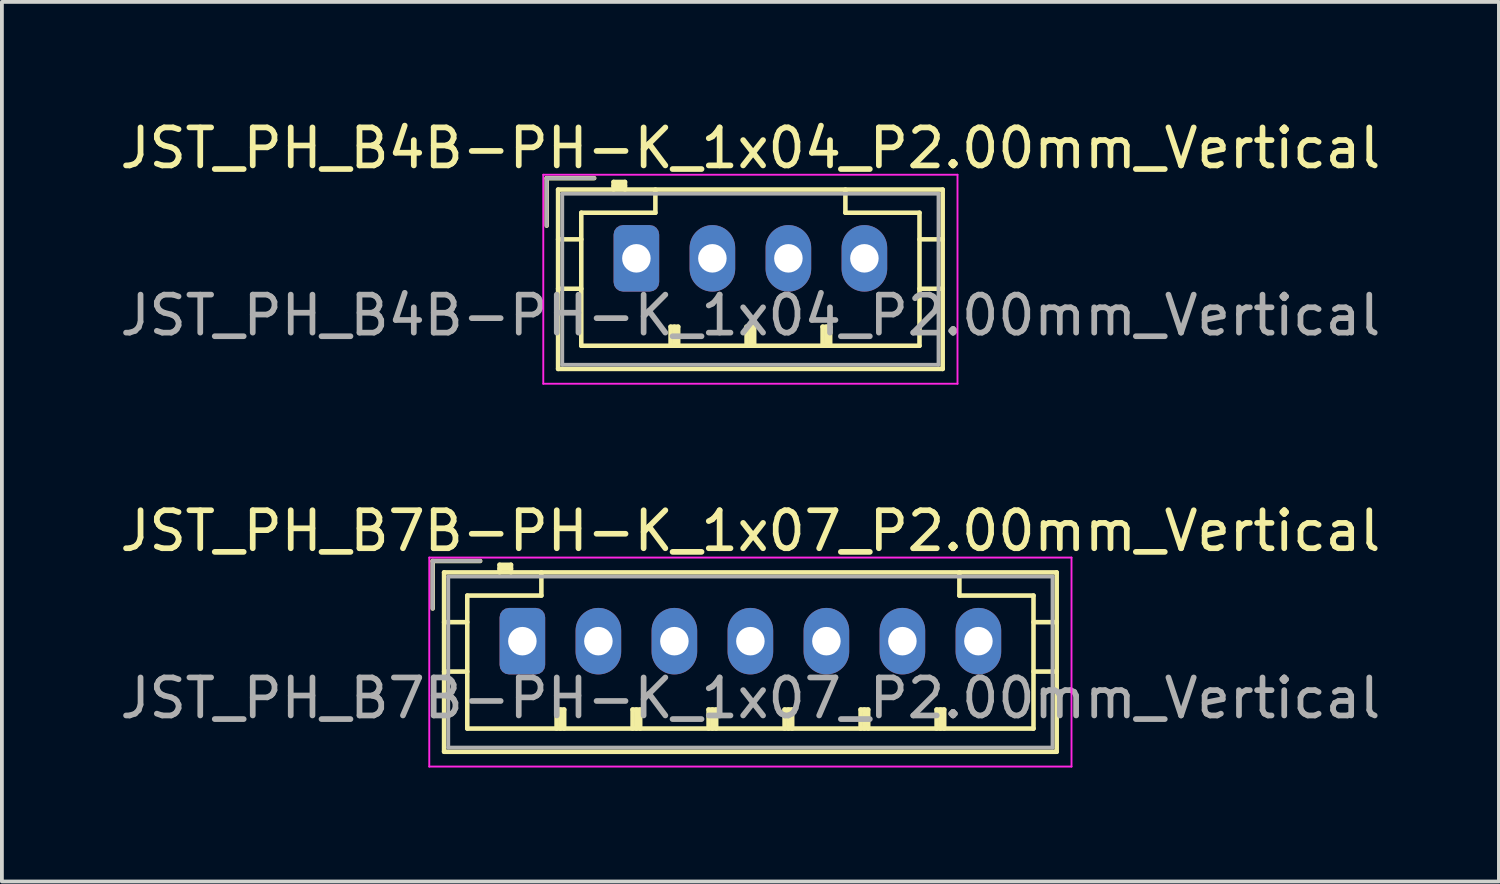
<source format=kicad_pcb>
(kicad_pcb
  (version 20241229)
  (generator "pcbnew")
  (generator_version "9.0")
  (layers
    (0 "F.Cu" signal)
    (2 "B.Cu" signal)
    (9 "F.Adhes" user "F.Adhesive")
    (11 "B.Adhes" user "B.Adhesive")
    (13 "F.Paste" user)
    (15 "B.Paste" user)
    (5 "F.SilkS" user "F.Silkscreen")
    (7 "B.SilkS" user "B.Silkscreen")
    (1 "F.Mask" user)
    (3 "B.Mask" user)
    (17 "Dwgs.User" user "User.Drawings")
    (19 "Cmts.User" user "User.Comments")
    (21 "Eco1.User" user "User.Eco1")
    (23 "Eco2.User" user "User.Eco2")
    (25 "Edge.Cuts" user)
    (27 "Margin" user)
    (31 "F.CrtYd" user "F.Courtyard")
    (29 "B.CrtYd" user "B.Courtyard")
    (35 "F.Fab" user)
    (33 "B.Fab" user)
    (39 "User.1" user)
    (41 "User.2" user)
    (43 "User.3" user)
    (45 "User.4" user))
  (footprint "JST_PH_B7B-PH-K_1x07_P2.00mm_Vertical"
    (layer "F.Cu")
    (at 10.696 13.822)
    (property "Reference" "JST_PH_B7B-PH-K_1x07_P2.00mm_Vertical" (at 6 -2.9 0) (layer "F.SilkS") (effects (font (size 1 1) (thickness 0.15))))
    (attr through_hole)
    (fp_line (start -2.36 -2.11) (end -2.36 -0.86) (stroke (width 0.12) (type solid)) (layer "F.SilkS"))
    (fp_line (start -2.06 -1.81) (end -2.06 2.91) (stroke (width 0.12) (type solid)) (layer "F.SilkS"))
    (fp_line (start -2.06 -0.5) (end -1.45 -0.5) (stroke (width 0.12) (type solid)) (layer "F.SilkS"))
    (fp_line (start -2.06 0.8) (end -1.45 0.8) (stroke (width 0.12) (type solid)) (layer "F.SilkS"))
    (fp_line (start -2.06 2.91) (end 14.06 2.91) (stroke (width 0.12) (type solid)) (layer "F.SilkS"))
    (fp_line (start -1.45 -1.2) (end -1.45 2.3) (stroke (width 0.12) (type solid)) (layer "F.SilkS"))
    (fp_line (start -1.45 2.3) (end 13.45 2.3) (stroke (width 0.12) (type solid)) (layer "F.SilkS"))
    (fp_line (start -1.11 -2.11) (end -2.36 -2.11) (stroke (width 0.12) (type solid)) (layer "F.SilkS"))
    (fp_line (start -0.6 -2.01) (end -0.6 -1.81) (stroke (width 0.12) (type solid)) (layer "F.SilkS"))
    (fp_line (start -0.3 -2.01) (end -0.6 -2.01) (stroke (width 0.12) (type solid)) (layer "F.SilkS"))
    (fp_line (start -0.3 -1.91) (end -0.6 -1.91) (stroke (width 0.12) (type solid)) (layer "F.SilkS"))
    (fp_line (start -0.3 -1.81) (end -0.3 -2.01) (stroke (width 0.12) (type solid)) (layer "F.SilkS"))
    (fp_line (start 0.5 -1.81) (end 0.5 -1.2) (stroke (width 0.12) (type solid)) (layer "F.SilkS"))
    (fp_line (start 0.5 -1.2) (end -1.45 -1.2) (stroke (width 0.12) (type solid)) (layer "F.SilkS"))
    (fp_line (start 0.9 1.8) (end 1.1 1.8) (stroke (width 0.12) (type solid)) (layer "F.SilkS"))
    (fp_line (start 0.9 2.3) (end 0.9 1.8) (stroke (width 0.12) (type solid)) (layer "F.SilkS"))
    (fp_line (start 1 2.3) (end 1 1.8) (stroke (width 0.12) (type solid)) (layer "F.SilkS"))
    (fp_line (start 1.1 1.8) (end 1.1 2.3) (stroke (width 0.12) (type solid)) (layer "F.SilkS"))
    (fp_line (start 2.9 1.8) (end 3.1 1.8) (stroke (width 0.12) (type solid)) (layer "F.SilkS"))
    (fp_line (start 2.9 2.3) (end 2.9 1.8) (stroke (width 0.12) (type solid)) (layer "F.SilkS"))
    (fp_line (start 3 2.3) (end 3 1.8) (stroke (width 0.12) (type solid)) (layer "F.SilkS"))
    (fp_line (start 3.1 1.8) (end 3.1 2.3) (stroke (width 0.12) (type solid)) (layer "F.SilkS"))
    (fp_line (start 4.9 1.8) (end 5.1 1.8) (stroke (width 0.12) (type solid)) (layer "F.SilkS"))
    (fp_line (start 4.9 2.3) (end 4.9 1.8) (stroke (width 0.12) (type solid)) (layer "F.SilkS"))
    (fp_line (start 5 2.3) (end 5 1.8) (stroke (width 0.12) (type solid)) (layer "F.SilkS"))
    (fp_line (start 5.1 1.8) (end 5.1 2.3) (stroke (width 0.12) (type solid)) (layer "F.SilkS"))
    (fp_line (start 6.9 1.8) (end 7.1 1.8) (stroke (width 0.12) (type solid)) (layer "F.SilkS"))
    (fp_line (start 6.9 2.3) (end 6.9 1.8) (stroke (width 0.12) (type solid)) (layer "F.SilkS"))
    (fp_line (start 7 2.3) (end 7 1.8) (stroke (width 0.12) (type solid)) (layer "F.SilkS"))
    (fp_line (start 7.1 1.8) (end 7.1 2.3) (stroke (width 0.12) (type solid)) (layer "F.SilkS"))
    (fp_line (start 8.9 1.8) (end 9.1 1.8) (stroke (width 0.12) (type solid)) (layer "F.SilkS"))
    (fp_line (start 8.9 2.3) (end 8.9 1.8) (stroke (width 0.12) (type solid)) (layer "F.SilkS"))
    (fp_line (start 9 2.3) (end 9 1.8) (stroke (width 0.12) (type solid)) (layer "F.SilkS"))
    (fp_line (start 9.1 1.8) (end 9.1 2.3) (stroke (width 0.12) (type solid)) (layer "F.SilkS"))
    (fp_line (start 10.9 1.8) (end 11.1 1.8) (stroke (width 0.12) (type solid)) (layer "F.SilkS"))
    (fp_line (start 10.9 2.3) (end 10.9 1.8) (stroke (width 0.12) (type solid)) (layer "F.SilkS"))
    (fp_line (start 11 2.3) (end 11 1.8) (stroke (width 0.12) (type solid)) (layer "F.SilkS"))
    (fp_line (start 11.1 1.8) (end 11.1 2.3) (stroke (width 0.12) (type solid)) (layer "F.SilkS"))
    (fp_line (start 11.5 -1.2) (end 11.5 -1.81) (stroke (width 0.12) (type solid)) (layer "F.SilkS"))
    (fp_line (start 13.45 -1.2) (end 11.5 -1.2) (stroke (width 0.12) (type solid)) (layer "F.SilkS"))
    (fp_line (start 13.45 2.3) (end 13.45 -1.2) (stroke (width 0.12) (type solid)) (layer "F.SilkS"))
    (fp_line (start 14.06 -1.81) (end -2.06 -1.81) (stroke (width 0.12) (type solid)) (layer "F.SilkS"))
    (fp_line (start 14.06 -0.5) (end 13.45 -0.5) (stroke (width 0.12) (type solid)) (layer "F.SilkS"))
    (fp_line (start 14.06 0.8) (end 13.45 0.8) (stroke (width 0.12) (type solid)) (layer "F.SilkS"))
    (fp_line (start 14.06 2.91) (end 14.06 -1.81) (stroke (width 0.12) (type solid)) (layer "F.SilkS"))
    (fp_line (start -2.45 -2.2) (end -2.45 3.3) (stroke (width 0.05) (type solid)) (layer "F.CrtYd"))
    (fp_line (start -2.45 3.3) (end 14.45 3.3) (stroke (width 0.05) (type solid)) (layer "F.CrtYd"))
    (fp_line (start 14.45 -2.2) (end -2.45 -2.2) (stroke (width 0.05) (type solid)) (layer "F.CrtYd"))
    (fp_line (start 14.45 3.3) (end 14.45 -2.2) (stroke (width 0.05) (type solid)) (layer "F.CrtYd"))
    (fp_line (start -2.36 -2.11) (end -2.36 -0.86) (stroke (width 0.1) (type solid)) (layer "F.Fab"))
    (fp_line (start -1.95 -1.7) (end -1.95 2.8) (stroke (width 0.1) (type solid)) (layer "F.Fab"))
    (fp_line (start -1.95 2.8) (end 13.95 2.8) (stroke (width 0.1) (type solid)) (layer "F.Fab"))
    (fp_line (start -1.11 -2.11) (end -2.36 -2.11) (stroke (width 0.1) (type solid)) (layer "F.Fab"))
    (fp_line (start 13.95 -1.7) (end -1.95 -1.7) (stroke (width 0.1) (type solid)) (layer "F.Fab"))
    (fp_line (start 13.95 2.8) (end 13.95 -1.7) (stroke (width 0.1) (type solid)) (layer "F.Fab"))
    (fp_text user "${REFERENCE}" (at 6 1.5 0) (layer "F.Fab") (effects (font (size 1 1) (thickness 0.15))))
    (pad "1" thru_hole roundrect (at 0 0) (size 1.2 1.75) (drill 0.75) (layers "*.Cu" "*.Mask") (roundrect_rratio 0.208))
    (pad "2" thru_hole oval (at 2 0) (size 1.2 1.75) (drill 0.75) (layers "*.Cu" "*.Mask"))
    (pad "3" thru_hole oval (at 4 0) (size 1.2 1.75) (drill 0.75) (layers "*.Cu" "*.Mask"))
    (pad "4" thru_hole oval (at 6 0) (size 1.2 1.75) (drill 0.75) (layers "*.Cu" "*.Mask"))
    (pad "5" thru_hole oval (at 8 0) (size 1.2 1.75) (drill 0.75) (layers "*.Cu" "*.Mask"))
    (pad "6" thru_hole oval (at 10 0) (size 1.2 1.75) (drill 0.75) (layers "*.Cu" "*.Mask"))
    (pad "7" thru_hole oval (at 12 0) (size 1.2 1.75) (drill 0.75) (layers "*.Cu" "*.Mask")))
  (footprint "JST_PH_B4B-PH-K_1x04_P2.00mm_Vertical"
    (layer "F.Cu")
    (at 13.696 3.748)
    (property "Reference" "JST_PH_B4B-PH-K_1x04_P2.00mm_Vertical" (at 3 -2.9 0) (layer "F.SilkS") (effects (font (size 1 1) (thickness 0.15))))
    (attr through_hole)
    (fp_line (start -2.36 -2.11) (end -2.36 -0.86) (stroke (width 0.12) (type solid)) (layer "F.SilkS"))
    (fp_line (start -2.06 -1.81) (end -2.06 2.91) (stroke (width 0.12) (type solid)) (layer "F.SilkS"))
    (fp_line (start -2.06 -0.5) (end -1.45 -0.5) (stroke (width 0.12) (type solid)) (layer "F.SilkS"))
    (fp_line (start -2.06 0.8) (end -1.45 0.8) (stroke (width 0.12) (type solid)) (layer "F.SilkS"))
    (fp_line (start -2.06 2.91) (end 8.06 2.91) (stroke (width 0.12) (type solid)) (layer "F.SilkS"))
    (fp_line (start -1.45 -1.2) (end -1.45 2.3) (stroke (width 0.12) (type solid)) (layer "F.SilkS"))
    (fp_line (start -1.45 2.3) (end 7.45 2.3) (stroke (width 0.12) (type solid)) (layer "F.SilkS"))
    (fp_line (start -1.11 -2.11) (end -2.36 -2.11) (stroke (width 0.12) (type solid)) (layer "F.SilkS"))
    (fp_line (start -0.6 -2.01) (end -0.6 -1.81) (stroke (width 0.12) (type solid)) (layer "F.SilkS"))
    (fp_line (start -0.3 -2.01) (end -0.6 -2.01) (stroke (width 0.12) (type solid)) (layer "F.SilkS"))
    (fp_line (start -0.3 -1.91) (end -0.6 -1.91) (stroke (width 0.12) (type solid)) (layer "F.SilkS"))
    (fp_line (start -0.3 -1.81) (end -0.3 -2.01) (stroke (width 0.12) (type solid)) (layer "F.SilkS"))
    (fp_line (start 0.5 -1.81) (end 0.5 -1.2) (stroke (width 0.12) (type solid)) (layer "F.SilkS"))
    (fp_line (start 0.5 -1.2) (end -1.45 -1.2) (stroke (width 0.12) (type solid)) (layer "F.SilkS"))
    (fp_line (start 0.9 1.8) (end 1.1 1.8) (stroke (width 0.12) (type solid)) (layer "F.SilkS"))
    (fp_line (start 0.9 2.3) (end 0.9 1.8) (stroke (width 0.12) (type solid)) (layer "F.SilkS"))
    (fp_line (start 1 2.3) (end 1 1.8) (stroke (width 0.12) (type solid)) (layer "F.SilkS"))
    (fp_line (start 1.1 1.8) (end 1.1 2.3) (stroke (width 0.12) (type solid)) (layer "F.SilkS"))
    (fp_line (start 2.9 1.8) (end 3.1 1.8) (stroke (width 0.12) (type solid)) (layer "F.SilkS"))
    (fp_line (start 2.9 2.3) (end 2.9 1.8) (stroke (width 0.12) (type solid)) (layer "F.SilkS"))
    (fp_line (start 3 2.3) (end 3 1.8) (stroke (width 0.12) (type solid)) (layer "F.SilkS"))
    (fp_line (start 3.1 1.8) (end 3.1 2.3) (stroke (width 0.12) (type solid)) (layer "F.SilkS"))
    (fp_line (start 4.9 1.8) (end 5.1 1.8) (stroke (width 0.12) (type solid)) (layer "F.SilkS"))
    (fp_line (start 4.9 2.3) (end 4.9 1.8) (stroke (width 0.12) (type solid)) (layer "F.SilkS"))
    (fp_line (start 5 2.3) (end 5 1.8) (stroke (width 0.12) (type solid)) (layer "F.SilkS"))
    (fp_line (start 5.1 1.8) (end 5.1 2.3) (stroke (width 0.12) (type solid)) (layer "F.SilkS"))
    (fp_line (start 5.5 -1.2) (end 5.5 -1.81) (stroke (width 0.12) (type solid)) (layer "F.SilkS"))
    (fp_line (start 7.45 -1.2) (end 5.5 -1.2) (stroke (width 0.12) (type solid)) (layer "F.SilkS"))
    (fp_line (start 7.45 2.3) (end 7.45 -1.2) (stroke (width 0.12) (type solid)) (layer "F.SilkS"))
    (fp_line (start 8.06 -1.81) (end -2.06 -1.81) (stroke (width 0.12) (type solid)) (layer "F.SilkS"))
    (fp_line (start 8.06 -0.5) (end 7.45 -0.5) (stroke (width 0.12) (type solid)) (layer "F.SilkS"))
    (fp_line (start 8.06 0.8) (end 7.45 0.8) (stroke (width 0.12) (type solid)) (layer "F.SilkS"))
    (fp_line (start 8.06 2.91) (end 8.06 -1.81) (stroke (width 0.12) (type solid)) (layer "F.SilkS"))
    (fp_line (start -2.45 -2.2) (end -2.45 3.3) (stroke (width 0.05) (type solid)) (layer "F.CrtYd"))
    (fp_line (start -2.45 3.3) (end 8.45 3.3) (stroke (width 0.05) (type solid)) (layer "F.CrtYd"))
    (fp_line (start 8.45 -2.2) (end -2.45 -2.2) (stroke (width 0.05) (type solid)) (layer "F.CrtYd"))
    (fp_line (start 8.45 3.3) (end 8.45 -2.2) (stroke (width 0.05) (type solid)) (layer "F.CrtYd"))
    (fp_line (start -2.36 -2.11) (end -2.36 -0.86) (stroke (width 0.1) (type solid)) (layer "F.Fab"))
    (fp_line (start -1.95 -1.7) (end -1.95 2.8) (stroke (width 0.1) (type solid)) (layer "F.Fab"))
    (fp_line (start -1.95 2.8) (end 7.95 2.8) (stroke (width 0.1) (type solid)) (layer "F.Fab"))
    (fp_line (start -1.11 -2.11) (end -2.36 -2.11) (stroke (width 0.1) (type solid)) (layer "F.Fab"))
    (fp_line (start 7.95 -1.7) (end -1.95 -1.7) (stroke (width 0.1) (type solid)) (layer "F.Fab"))
    (fp_line (start 7.95 2.8) (end 7.95 -1.7) (stroke (width 0.1) (type solid)) (layer "F.Fab"))
    (fp_text user "${REFERENCE}" (at 3 1.5 0) (layer "F.Fab") (effects (font (size 1 1) (thickness 0.15))))
    (pad "1" thru_hole roundrect (at 0 0) (size 1.2 1.75) (drill 0.75) (layers "*.Cu" "*.Mask") (roundrect_rratio 0.208))
    (pad "2" thru_hole oval (at 2 0) (size 1.2 1.75) (drill 0.75) (layers "*.Cu" "*.Mask"))
    (pad "3" thru_hole oval (at 4 0) (size 1.2 1.75) (drill 0.75) (layers "*.Cu" "*.Mask"))
    (pad "4" thru_hole oval (at 6 0) (size 1.2 1.75) (drill 0.75) (layers "*.Cu" "*.Mask")))
  (gr_rect
    (start -3 -3)
    (end 36.393 20.146)
    (stroke (width 0.1) (type default))
    (fill no)
    (layer "Edge.Cuts")))
</source>
